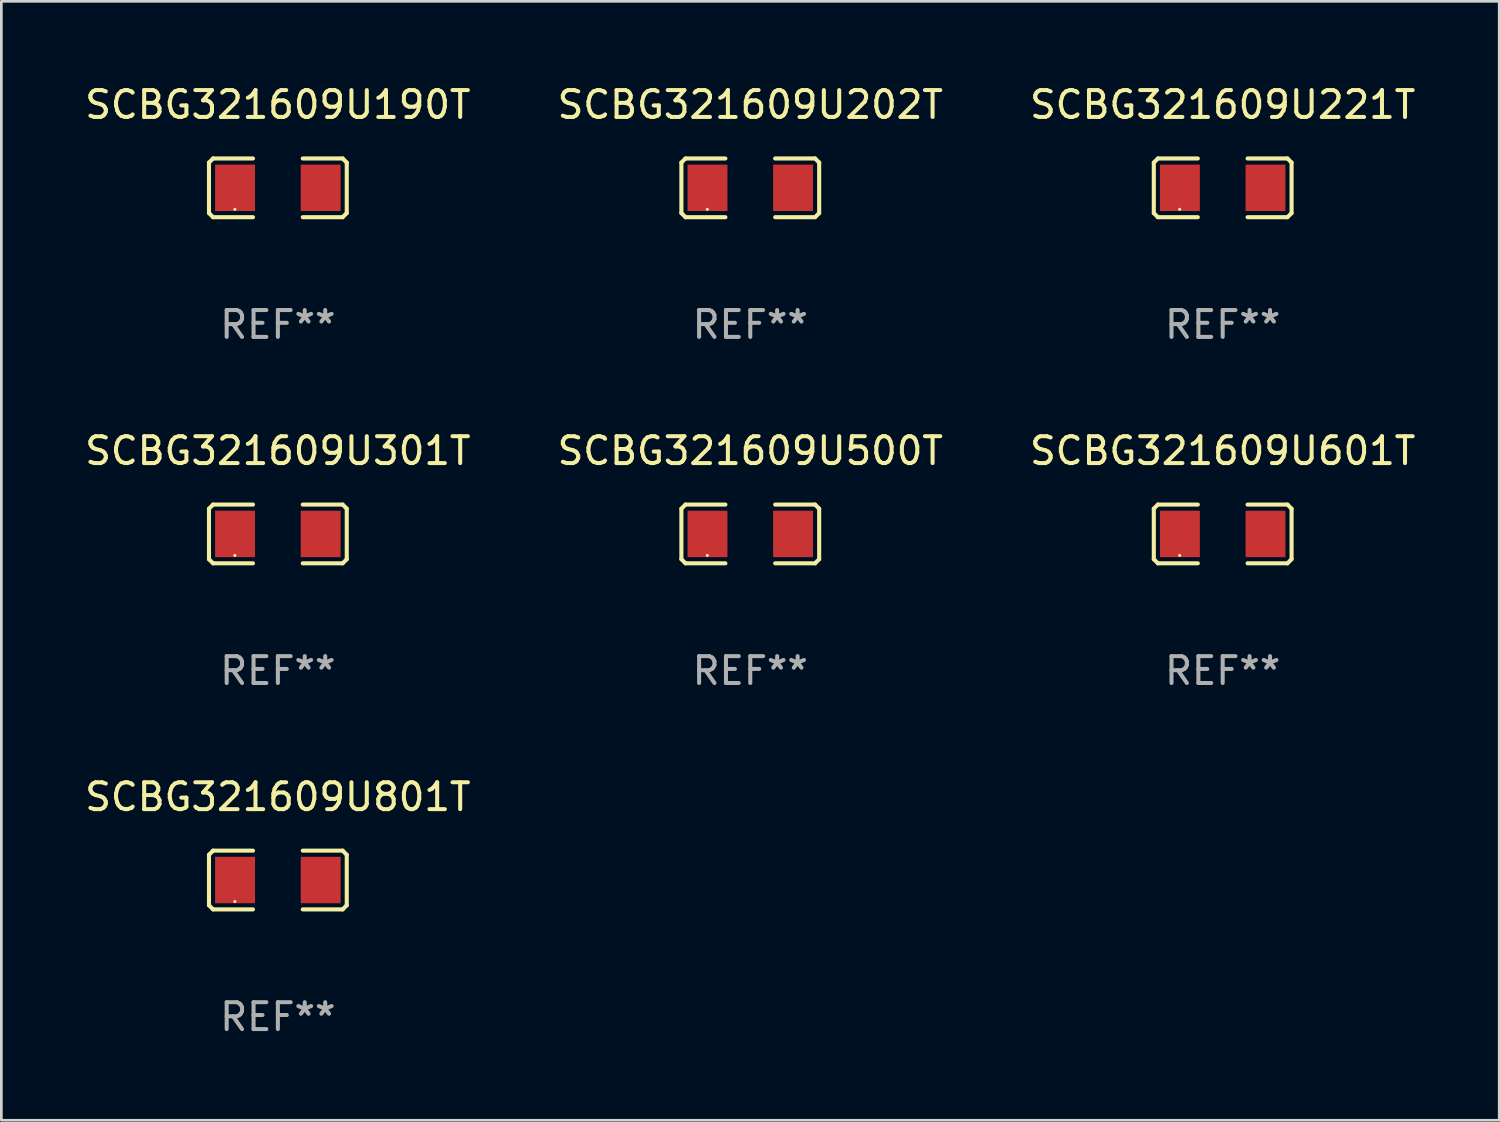
<source format=kicad_pcb>
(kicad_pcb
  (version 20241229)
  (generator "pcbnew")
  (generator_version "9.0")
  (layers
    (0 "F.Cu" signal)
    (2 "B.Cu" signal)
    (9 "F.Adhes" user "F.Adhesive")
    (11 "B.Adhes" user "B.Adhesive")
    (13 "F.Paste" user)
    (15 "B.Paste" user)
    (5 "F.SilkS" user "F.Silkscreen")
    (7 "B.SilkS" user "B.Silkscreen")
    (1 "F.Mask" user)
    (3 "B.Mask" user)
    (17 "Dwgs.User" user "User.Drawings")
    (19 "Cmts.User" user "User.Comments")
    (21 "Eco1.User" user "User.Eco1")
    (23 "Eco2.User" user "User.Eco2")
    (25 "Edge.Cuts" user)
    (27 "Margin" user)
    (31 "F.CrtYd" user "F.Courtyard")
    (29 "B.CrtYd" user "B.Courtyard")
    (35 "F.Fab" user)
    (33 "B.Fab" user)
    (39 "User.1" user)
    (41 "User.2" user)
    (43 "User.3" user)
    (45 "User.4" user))
  (footprint "SCBG321609U801T"
    (layer "F.Cu")
    (at 7.292 29.704)
    (property "Reference" "SCBG321609U801T" (at 0 -3.093 0) (layer "F.SilkS") (effects (font (size 1 1) (thickness 0.15))))
    (attr through_hole)
    (fp_line (start -2.564 -0.94) (end -2.411 -1.093) (stroke (width 0.152) (type solid)) (layer "F.SilkS"))
    (fp_line (start -2.564 0.94) (end -2.564 -0.94) (stroke (width 0.152) (type solid)) (layer "F.SilkS"))
    (fp_line (start -2.411 -1.093) (end -0.926 -1.093) (stroke (width 0.152) (type solid)) (layer "F.SilkS"))
    (fp_line (start -2.411 1.093) (end -2.564 0.94) (stroke (width 0.152) (type solid)) (layer "F.SilkS"))
    (fp_line (start -0.926 1.093) (end -2.411 1.093) (stroke (width 0.152) (type solid)) (layer "F.SilkS"))
    (fp_line (start 0.926 1.093) (end 2.411 1.093) (stroke (width 0.152) (type solid)) (layer "F.SilkS"))
    (fp_line (start 2.411 -1.093) (end 0.926 -1.093) (stroke (width 0.152) (type solid)) (layer "F.SilkS"))
    (fp_line (start 2.411 1.093) (end 2.564 0.94) (stroke (width 0.152) (type solid)) (layer "F.SilkS"))
    (fp_line (start 2.564 -0.94) (end 2.411 -1.093) (stroke (width 0.152) (type solid)) (layer "F.SilkS"))
    (fp_line (start 2.564 0.94) (end 2.564 -0.94) (stroke (width 0.152) (type solid)) (layer "F.SilkS"))
    (fp_circle (center -1.6 0.8) (end -1.57 0.8) (stroke (width 0.06) (type solid)) (fill no) (layer "F.SilkS"))
    (fp_text user "REF**" (at 0 5.093 0) (layer "F.Fab") (effects (font (size 1 1) (thickness 0.15))))
    (pad "1" smd rect (at -1.593 0) (size 1.485 1.728) (layers "F.Cu" "F.Mask" "F.Paste"))
    (pad "2" smd rect (at 1.593 0) (size 1.485 1.728) (layers "F.Cu" "F.Mask" "F.Paste")))
  (footprint "SCBG321609U301T"
    (layer "F.Cu")
    (at 7.292 16.823)
    (property "Reference" "SCBG321609U301T" (at 0 -3.093 0) (layer "F.SilkS") (effects (font (size 1 1) (thickness 0.15))))
    (attr through_hole)
    (fp_line (start -2.564 -0.94) (end -2.411 -1.093) (stroke (width 0.152) (type solid)) (layer "F.SilkS"))
    (fp_line (start -2.564 0.94) (end -2.564 -0.94) (stroke (width 0.152) (type solid)) (layer "F.SilkS"))
    (fp_line (start -2.411 -1.093) (end -0.926 -1.093) (stroke (width 0.152) (type solid)) (layer "F.SilkS"))
    (fp_line (start -2.411 1.093) (end -2.564 0.94) (stroke (width 0.152) (type solid)) (layer "F.SilkS"))
    (fp_line (start -0.926 1.093) (end -2.411 1.093) (stroke (width 0.152) (type solid)) (layer "F.SilkS"))
    (fp_line (start 0.926 1.093) (end 2.411 1.093) (stroke (width 0.152) (type solid)) (layer "F.SilkS"))
    (fp_line (start 2.411 -1.093) (end 0.926 -1.093) (stroke (width 0.152) (type solid)) (layer "F.SilkS"))
    (fp_line (start 2.411 1.093) (end 2.564 0.94) (stroke (width 0.152) (type solid)) (layer "F.SilkS"))
    (fp_line (start 2.564 -0.94) (end 2.411 -1.093) (stroke (width 0.152) (type solid)) (layer "F.SilkS"))
    (fp_line (start 2.564 0.94) (end 2.564 -0.94) (stroke (width 0.152) (type solid)) (layer "F.SilkS"))
    (fp_circle (center -1.6 0.8) (end -1.57 0.8) (stroke (width 0.06) (type solid)) (fill no) (layer "F.SilkS"))
    (fp_text user "REF**" (at 0 5.093 0) (layer "F.Fab") (effects (font (size 1 1) (thickness 0.15))))
    (pad "1" smd rect (at -1.593 0) (size 1.485 1.728) (layers "F.Cu" "F.Mask" "F.Paste"))
    (pad "2" smd rect (at 1.593 0) (size 1.485 1.728) (layers "F.Cu" "F.Mask" "F.Paste")))
  (footprint "SCBG321609U190T"
    (layer "F.Cu")
    (at 7.292 3.941)
    (property "Reference" "SCBG321609U190T" (at 0 -3.093 0) (layer "F.SilkS") (effects (font (size 1 1) (thickness 0.15))))
    (attr through_hole)
    (fp_line (start -2.564 -0.94) (end -2.411 -1.093) (stroke (width 0.152) (type solid)) (layer "F.SilkS"))
    (fp_line (start -2.564 0.94) (end -2.564 -0.94) (stroke (width 0.152) (type solid)) (layer "F.SilkS"))
    (fp_line (start -2.411 -1.093) (end -0.926 -1.093) (stroke (width 0.152) (type solid)) (layer "F.SilkS"))
    (fp_line (start -2.411 1.093) (end -2.564 0.94) (stroke (width 0.152) (type solid)) (layer "F.SilkS"))
    (fp_line (start -0.926 1.093) (end -2.411 1.093) (stroke (width 0.152) (type solid)) (layer "F.SilkS"))
    (fp_line (start 0.926 1.093) (end 2.411 1.093) (stroke (width 0.152) (type solid)) (layer "F.SilkS"))
    (fp_line (start 2.411 -1.093) (end 0.926 -1.093) (stroke (width 0.152) (type solid)) (layer "F.SilkS"))
    (fp_line (start 2.411 1.093) (end 2.564 0.94) (stroke (width 0.152) (type solid)) (layer "F.SilkS"))
    (fp_line (start 2.564 -0.94) (end 2.411 -1.093) (stroke (width 0.152) (type solid)) (layer "F.SilkS"))
    (fp_line (start 2.564 0.94) (end 2.564 -0.94) (stroke (width 0.152) (type solid)) (layer "F.SilkS"))
    (fp_circle (center -1.6 0.8) (end -1.57 0.8) (stroke (width 0.06) (type solid)) (fill no) (layer "F.SilkS"))
    (fp_text user "REF**" (at 0 5.093 0) (layer "F.Fab") (effects (font (size 1 1) (thickness 0.15))))
    (pad "1" smd rect (at -1.593 0) (size 1.485 1.728) (layers "F.Cu" "F.Mask" "F.Paste"))
    (pad "2" smd rect (at 1.593 0) (size 1.485 1.728) (layers "F.Cu" "F.Mask" "F.Paste")))
  (footprint "SCBG321609U202T"
    (layer "F.Cu")
    (at 24.875 3.941)
    (property "Reference" "SCBG321609U202T" (at 0 -3.093 0) (layer "F.SilkS") (effects (font (size 1 1) (thickness 0.15))))
    (attr through_hole)
    (fp_line (start -2.564 -0.94) (end -2.411 -1.093) (stroke (width 0.152) (type solid)) (layer "F.SilkS"))
    (fp_line (start -2.564 0.94) (end -2.564 -0.94) (stroke (width 0.152) (type solid)) (layer "F.SilkS"))
    (fp_line (start -2.411 -1.093) (end -0.926 -1.093) (stroke (width 0.152) (type solid)) (layer "F.SilkS"))
    (fp_line (start -2.411 1.093) (end -2.564 0.94) (stroke (width 0.152) (type solid)) (layer "F.SilkS"))
    (fp_line (start -0.926 1.093) (end -2.411 1.093) (stroke (width 0.152) (type solid)) (layer "F.SilkS"))
    (fp_line (start 0.926 1.093) (end 2.411 1.093) (stroke (width 0.152) (type solid)) (layer "F.SilkS"))
    (fp_line (start 2.411 -1.093) (end 0.926 -1.093) (stroke (width 0.152) (type solid)) (layer "F.SilkS"))
    (fp_line (start 2.411 1.093) (end 2.564 0.94) (stroke (width 0.152) (type solid)) (layer "F.SilkS"))
    (fp_line (start 2.564 -0.94) (end 2.411 -1.093) (stroke (width 0.152) (type solid)) (layer "F.SilkS"))
    (fp_line (start 2.564 0.94) (end 2.564 -0.94) (stroke (width 0.152) (type solid)) (layer "F.SilkS"))
    (fp_circle (center -1.6 0.8) (end -1.57 0.8) (stroke (width 0.06) (type solid)) (fill no) (layer "F.SilkS"))
    (fp_text user "REF**" (at 0 5.093 0) (layer "F.Fab") (effects (font (size 1 1) (thickness 0.15))))
    (pad "1" smd rect (at -1.593 0) (size 1.485 1.728) (layers "F.Cu" "F.Mask" "F.Paste"))
    (pad "2" smd rect (at 1.593 0) (size 1.485 1.728) (layers "F.Cu" "F.Mask" "F.Paste")))
  (footprint "SCBG321609U221T"
    (layer "F.Cu")
    (at 42.458 3.941)
    (property "Reference" "SCBG321609U221T" (at 0 -3.093 0) (layer "F.SilkS") (effects (font (size 1 1) (thickness 0.15))))
    (attr through_hole)
    (fp_line (start -2.564 -0.94) (end -2.411 -1.093) (stroke (width 0.152) (type solid)) (layer "F.SilkS"))
    (fp_line (start -2.564 0.94) (end -2.564 -0.94) (stroke (width 0.152) (type solid)) (layer "F.SilkS"))
    (fp_line (start -2.411 -1.093) (end -0.926 -1.093) (stroke (width 0.152) (type solid)) (layer "F.SilkS"))
    (fp_line (start -2.411 1.093) (end -2.564 0.94) (stroke (width 0.152) (type solid)) (layer "F.SilkS"))
    (fp_line (start -0.926 1.093) (end -2.411 1.093) (stroke (width 0.152) (type solid)) (layer "F.SilkS"))
    (fp_line (start 0.926 1.093) (end 2.411 1.093) (stroke (width 0.152) (type solid)) (layer "F.SilkS"))
    (fp_line (start 2.411 -1.093) (end 0.926 -1.093) (stroke (width 0.152) (type solid)) (layer "F.SilkS"))
    (fp_line (start 2.411 1.093) (end 2.564 0.94) (stroke (width 0.152) (type solid)) (layer "F.SilkS"))
    (fp_line (start 2.564 -0.94) (end 2.411 -1.093) (stroke (width 0.152) (type solid)) (layer "F.SilkS"))
    (fp_line (start 2.564 0.94) (end 2.564 -0.94) (stroke (width 0.152) (type solid)) (layer "F.SilkS"))
    (fp_circle (center -1.6 0.8) (end -1.57 0.8) (stroke (width 0.06) (type solid)) (fill no) (layer "F.SilkS"))
    (fp_text user "REF**" (at 0 5.093 0) (layer "F.Fab") (effects (font (size 1 1) (thickness 0.15))))
    (pad "1" smd rect (at -1.593 0) (size 1.485 1.728) (layers "F.Cu" "F.Mask" "F.Paste"))
    (pad "2" smd rect (at 1.593 0) (size 1.485 1.728) (layers "F.Cu" "F.Mask" "F.Paste")))
  (footprint "SCBG321609U601T"
    (layer "F.Cu")
    (at 42.458 16.823)
    (property "Reference" "SCBG321609U601T" (at 0 -3.093 0) (layer "F.SilkS") (effects (font (size 1 1) (thickness 0.15))))
    (attr through_hole)
    (fp_line (start -2.564 -0.94) (end -2.411 -1.093) (stroke (width 0.152) (type solid)) (layer "F.SilkS"))
    (fp_line (start -2.564 0.94) (end -2.564 -0.94) (stroke (width 0.152) (type solid)) (layer "F.SilkS"))
    (fp_line (start -2.411 -1.093) (end -0.926 -1.093) (stroke (width 0.152) (type solid)) (layer "F.SilkS"))
    (fp_line (start -2.411 1.093) (end -2.564 0.94) (stroke (width 0.152) (type solid)) (layer "F.SilkS"))
    (fp_line (start -0.926 1.093) (end -2.411 1.093) (stroke (width 0.152) (type solid)) (layer "F.SilkS"))
    (fp_line (start 0.926 1.093) (end 2.411 1.093) (stroke (width 0.152) (type solid)) (layer "F.SilkS"))
    (fp_line (start 2.411 -1.093) (end 0.926 -1.093) (stroke (width 0.152) (type solid)) (layer "F.SilkS"))
    (fp_line (start 2.411 1.093) (end 2.564 0.94) (stroke (width 0.152) (type solid)) (layer "F.SilkS"))
    (fp_line (start 2.564 -0.94) (end 2.411 -1.093) (stroke (width 0.152) (type solid)) (layer "F.SilkS"))
    (fp_line (start 2.564 0.94) (end 2.564 -0.94) (stroke (width 0.152) (type solid)) (layer "F.SilkS"))
    (fp_circle (center -1.6 0.8) (end -1.57 0.8) (stroke (width 0.06) (type solid)) (fill no) (layer "F.SilkS"))
    (fp_text user "REF**" (at 0 5.093 0) (layer "F.Fab") (effects (font (size 1 1) (thickness 0.15))))
    (pad "1" smd rect (at -1.593 0) (size 1.485 1.728) (layers "F.Cu" "F.Mask" "F.Paste"))
    (pad "2" smd rect (at 1.593 0) (size 1.485 1.728) (layers "F.Cu" "F.Mask" "F.Paste")))
  (footprint "SCBG321609U500T"
    (layer "F.Cu")
    (at 24.875 16.823)
    (property "Reference" "SCBG321609U500T" (at 0 -3.093 0) (layer "F.SilkS") (effects (font (size 1 1) (thickness 0.15))))
    (attr through_hole)
    (fp_line (start -2.564 -0.94) (end -2.411 -1.093) (stroke (width 0.152) (type solid)) (layer "F.SilkS"))
    (fp_line (start -2.564 0.94) (end -2.564 -0.94) (stroke (width 0.152) (type solid)) (layer "F.SilkS"))
    (fp_line (start -2.411 -1.093) (end -0.926 -1.093) (stroke (width 0.152) (type solid)) (layer "F.SilkS"))
    (fp_line (start -2.411 1.093) (end -2.564 0.94) (stroke (width 0.152) (type solid)) (layer "F.SilkS"))
    (fp_line (start -0.926 1.093) (end -2.411 1.093) (stroke (width 0.152) (type solid)) (layer "F.SilkS"))
    (fp_line (start 0.926 1.093) (end 2.411 1.093) (stroke (width 0.152) (type solid)) (layer "F.SilkS"))
    (fp_line (start 2.411 -1.093) (end 0.926 -1.093) (stroke (width 0.152) (type solid)) (layer "F.SilkS"))
    (fp_line (start 2.411 1.093) (end 2.564 0.94) (stroke (width 0.152) (type solid)) (layer "F.SilkS"))
    (fp_line (start 2.564 -0.94) (end 2.411 -1.093) (stroke (width 0.152) (type solid)) (layer "F.SilkS"))
    (fp_line (start 2.564 0.94) (end 2.564 -0.94) (stroke (width 0.152) (type solid)) (layer "F.SilkS"))
    (fp_circle (center -1.6 0.8) (end -1.57 0.8) (stroke (width 0.06) (type solid)) (fill no) (layer "F.SilkS"))
    (fp_text user "REF**" (at 0 5.093 0) (layer "F.Fab") (effects (font (size 1 1) (thickness 0.15))))
    (pad "1" smd rect (at -1.593 0) (size 1.485 1.728) (layers "F.Cu" "F.Mask" "F.Paste"))
    (pad "2" smd rect (at 1.593 0) (size 1.485 1.728) (layers "F.Cu" "F.Mask" "F.Paste")))
  (gr_rect
    (start -3 -3)
    (end 52.75 38.645)
    (stroke (width 0.1) (type default))
    (fill no)
    (layer "Edge.Cuts")))
</source>
